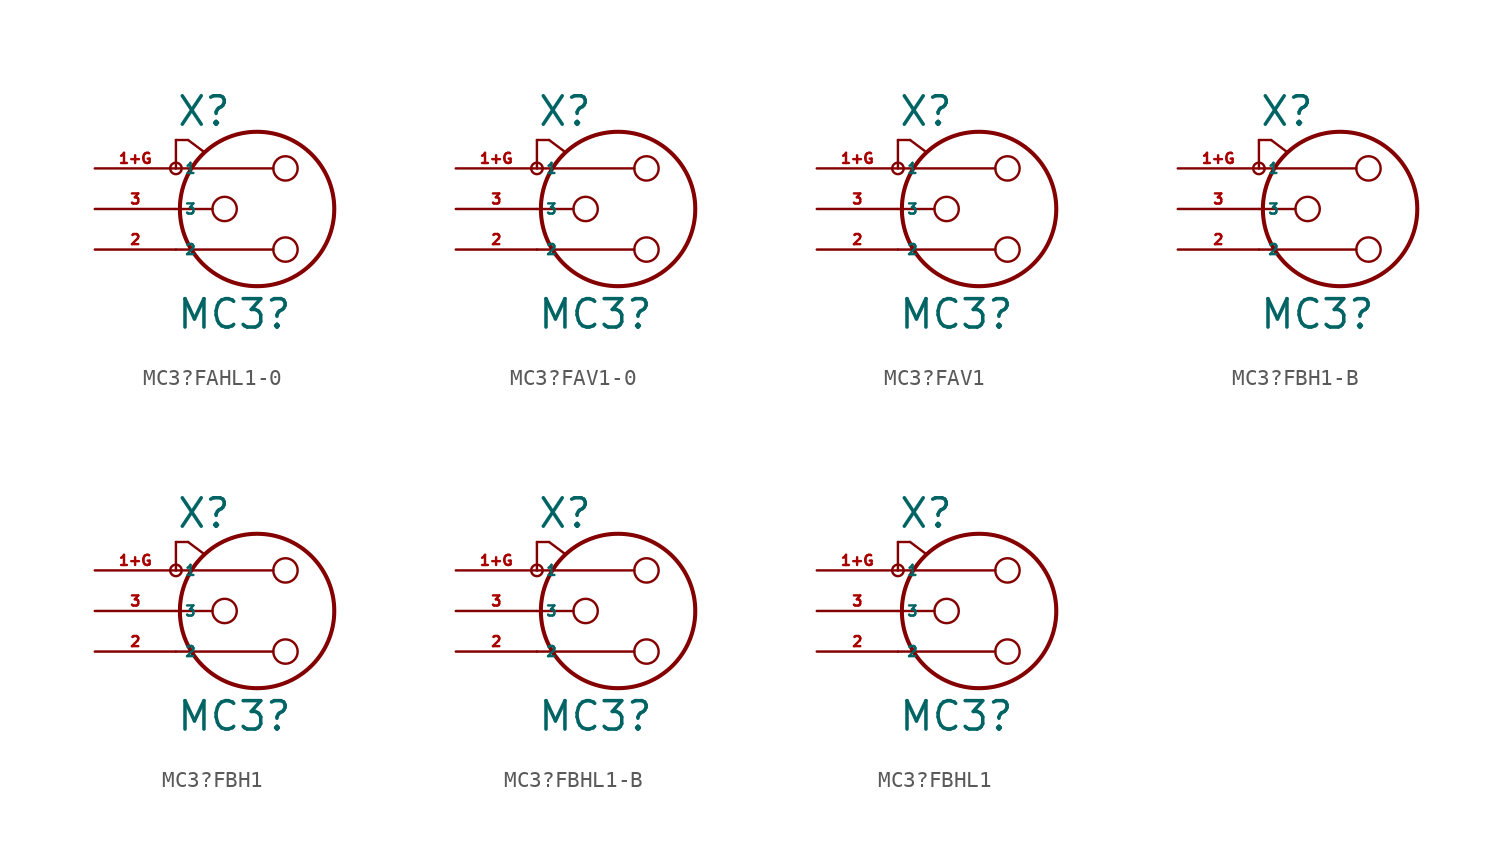
<source format=kicad_sym>
(kicad_symbol_lib
  (version 20220914)
  (generator Eagle2Kicad)
  (symbol "MC3?FAHL1-0"
    (property "Reference" "X"
      (at -5.08 5.08 0)
      (effects (font (size 1.778 1.778) (thickness 0.22)) (justify left bottom)))
    (property "Value" "MC3?"
      (at -5.08 -7.62 0)
      (effects (font (size 1.778 1.778) (thickness 0.22)) (justify left bottom)))
    (polyline
      (pts (xy -5.08 2.54) (xy 1.016 2.54))
      (stroke (width 0.152) (type default))
      (fill (type none)))
    (polyline
      (pts (xy -5.08 -2.54) (xy 1.016 -2.54))
      (stroke (width 0.152) (type default))
      (fill (type none)))
    (polyline
      (pts (xy -5.08 0) (xy -2.794 0))
      (stroke (width 0.152) (type default))
      (fill (type none)))
    (polyline
      (pts (xy -4.318 4.318) (xy -3.302 3.556))
      (stroke (width 0.152) (type default))
      (fill (type none)))
    (polyline
      (pts (xy -4.318 4.318) (xy -5.08 4.318))
      (stroke (width 0.152) (type default))
      (fill (type none)))
    (polyline
      (pts (xy -5.08 4.318) (xy -5.08 2.54))
      (stroke (width 0.152) (type default))
      (fill (type none)))
    (circle
      (center 0 0)
      (radius 4.833)
      (stroke (width 0.254) (type default))
      (fill (type none)))
    (circle
      (center -2.032 0)
      (radius 0.762)
      (stroke (width 0.152) (type default))
      (fill (type none)))
    (circle
      (center 1.778 2.54)
      (radius 0.762)
      (stroke (width 0.152) (type default))
      (fill (type none)))
    (circle
      (center 1.778 -2.54)
      (radius 0.762)
      (stroke (width 0.152) (type default))
      (fill (type none)))
    (circle
      (center -5.08 2.54)
      (radius 0.359)
      (stroke (width 0) (type default))
      (fill (type none)))
    (pin passive line
      (at -10.16 2.54 0)
      (length 5.08)
      (name "1" (effects (font (size 0.635 0.635) (thickness 0.08)) (justify left bottom)))
      (number "1+G" (effects (font (size 0.635 0.635) (thickness 0.08)) (justify left bottom))))
    (pin passive line
      (at -10.16 -2.54 0)
      (length 5.08)
      (name "2" (effects (font (size 0.635 0.635) (thickness 0.08)) (justify left bottom)))
      (number "2" (effects (font (size 0.635 0.635) (thickness 0.08)) (justify left bottom))))
    (pin passive line
      (at -10.16 0 0)
      (length 5.08)
      (name "3" (effects (font (size 0.635 0.635) (thickness 0.08)) (justify left bottom)))
      (number "3" (effects (font (size 0.635 0.635) (thickness 0.08)) (justify left bottom)))))
  (symbol "MC3?FAV1-0"
    (property "Reference" "X"
      (at -5.08 5.08 0)
      (effects (font (size 1.778 1.778) (thickness 0.22)) (justify left bottom)))
    (property "Value" "MC3?"
      (at -5.08 -7.62 0)
      (effects (font (size 1.778 1.778) (thickness 0.22)) (justify left bottom)))
    (polyline
      (pts (xy -5.08 2.54) (xy 1.016 2.54))
      (stroke (width 0.152) (type default))
      (fill (type none)))
    (polyline
      (pts (xy -5.08 -2.54) (xy 1.016 -2.54))
      (stroke (width 0.152) (type default))
      (fill (type none)))
    (polyline
      (pts (xy -5.08 0) (xy -2.794 0))
      (stroke (width 0.152) (type default))
      (fill (type none)))
    (polyline
      (pts (xy -4.318 4.318) (xy -3.302 3.556))
      (stroke (width 0.152) (type default))
      (fill (type none)))
    (polyline
      (pts (xy -4.318 4.318) (xy -5.08 4.318))
      (stroke (width 0.152) (type default))
      (fill (type none)))
    (polyline
      (pts (xy -5.08 4.318) (xy -5.08 2.54))
      (stroke (width 0.152) (type default))
      (fill (type none)))
    (circle
      (center 0 0)
      (radius 4.833)
      (stroke (width 0.254) (type default))
      (fill (type none)))
    (circle
      (center -2.032 0)
      (radius 0.762)
      (stroke (width 0.152) (type default))
      (fill (type none)))
    (circle
      (center 1.778 2.54)
      (radius 0.762)
      (stroke (width 0.152) (type default))
      (fill (type none)))
    (circle
      (center 1.778 -2.54)
      (radius 0.762)
      (stroke (width 0.152) (type default))
      (fill (type none)))
    (circle
      (center -5.08 2.54)
      (radius 0.359)
      (stroke (width 0) (type default))
      (fill (type none)))
    (pin passive line
      (at -10.16 2.54 0)
      (length 5.08)
      (name "1" (effects (font (size 0.635 0.635) (thickness 0.08)) (justify left bottom)))
      (number "1+G" (effects (font (size 0.635 0.635) (thickness 0.08)) (justify left bottom))))
    (pin passive line
      (at -10.16 -2.54 0)
      (length 5.08)
      (name "2" (effects (font (size 0.635 0.635) (thickness 0.08)) (justify left bottom)))
      (number "2" (effects (font (size 0.635 0.635) (thickness 0.08)) (justify left bottom))))
    (pin passive line
      (at -10.16 0 0)
      (length 5.08)
      (name "3" (effects (font (size 0.635 0.635) (thickness 0.08)) (justify left bottom)))
      (number "3" (effects (font (size 0.635 0.635) (thickness 0.08)) (justify left bottom)))))
  (symbol "MC3?FAV1"
    (property "Reference" "X"
      (at -5.08 5.08 0)
      (effects (font (size 1.778 1.778) (thickness 0.22)) (justify left bottom)))
    (property "Value" "MC3?"
      (at -5.08 -7.62 0)
      (effects (font (size 1.778 1.778) (thickness 0.22)) (justify left bottom)))
    (polyline
      (pts (xy -5.08 2.54) (xy 1.016 2.54))
      (stroke (width 0.152) (type default))
      (fill (type none)))
    (polyline
      (pts (xy -5.08 -2.54) (xy 1.016 -2.54))
      (stroke (width 0.152) (type default))
      (fill (type none)))
    (polyline
      (pts (xy -5.08 0) (xy -2.794 0))
      (stroke (width 0.152) (type default))
      (fill (type none)))
    (polyline
      (pts (xy -4.318 4.318) (xy -3.302 3.556))
      (stroke (width 0.152) (type default))
      (fill (type none)))
    (polyline
      (pts (xy -4.318 4.318) (xy -5.08 4.318))
      (stroke (width 0.152) (type default))
      (fill (type none)))
    (polyline
      (pts (xy -5.08 4.318) (xy -5.08 2.54))
      (stroke (width 0.152) (type default))
      (fill (type none)))
    (circle
      (center 0 0)
      (radius 4.833)
      (stroke (width 0.254) (type default))
      (fill (type none)))
    (circle
      (center -2.032 0)
      (radius 0.762)
      (stroke (width 0.152) (type default))
      (fill (type none)))
    (circle
      (center 1.778 2.54)
      (radius 0.762)
      (stroke (width 0.152) (type default))
      (fill (type none)))
    (circle
      (center 1.778 -2.54)
      (radius 0.762)
      (stroke (width 0.152) (type default))
      (fill (type none)))
    (circle
      (center -5.08 2.54)
      (radius 0.359)
      (stroke (width 0) (type default))
      (fill (type none)))
    (pin passive line
      (at -10.16 2.54 0)
      (length 5.08)
      (name "1" (effects (font (size 0.635 0.635) (thickness 0.08)) (justify left bottom)))
      (number "1+G" (effects (font (size 0.635 0.635) (thickness 0.08)) (justify left bottom))))
    (pin passive line
      (at -10.16 -2.54 0)
      (length 5.08)
      (name "2" (effects (font (size 0.635 0.635) (thickness 0.08)) (justify left bottom)))
      (number "2" (effects (font (size 0.635 0.635) (thickness 0.08)) (justify left bottom))))
    (pin passive line
      (at -10.16 0 0)
      (length 5.08)
      (name "3" (effects (font (size 0.635 0.635) (thickness 0.08)) (justify left bottom)))
      (number "3" (effects (font (size 0.635 0.635) (thickness 0.08)) (justify left bottom)))))
  (symbol "MC3?FBH1-B"
    (property "Reference" "X"
      (at -5.08 5.08 0)
      (effects (font (size 1.778 1.778) (thickness 0.22)) (justify left bottom)))
    (property "Value" "MC3?"
      (at -5.08 -7.62 0)
      (effects (font (size 1.778 1.778) (thickness 0.22)) (justify left bottom)))
    (polyline
      (pts (xy -5.08 2.54) (xy 1.016 2.54))
      (stroke (width 0.152) (type default))
      (fill (type none)))
    (polyline
      (pts (xy -5.08 -2.54) (xy 1.016 -2.54))
      (stroke (width 0.152) (type default))
      (fill (type none)))
    (polyline
      (pts (xy -5.08 0) (xy -2.794 0))
      (stroke (width 0.152) (type default))
      (fill (type none)))
    (polyline
      (pts (xy -4.318 4.318) (xy -3.302 3.556))
      (stroke (width 0.152) (type default))
      (fill (type none)))
    (polyline
      (pts (xy -4.318 4.318) (xy -5.08 4.318))
      (stroke (width 0.152) (type default))
      (fill (type none)))
    (polyline
      (pts (xy -5.08 4.318) (xy -5.08 2.54))
      (stroke (width 0.152) (type default))
      (fill (type none)))
    (circle
      (center 0 0)
      (radius 4.833)
      (stroke (width 0.254) (type default))
      (fill (type none)))
    (circle
      (center -2.032 0)
      (radius 0.762)
      (stroke (width 0.152) (type default))
      (fill (type none)))
    (circle
      (center 1.778 2.54)
      (radius 0.762)
      (stroke (width 0.152) (type default))
      (fill (type none)))
    (circle
      (center 1.778 -2.54)
      (radius 0.762)
      (stroke (width 0.152) (type default))
      (fill (type none)))
    (circle
      (center -5.08 2.54)
      (radius 0.359)
      (stroke (width 0) (type default))
      (fill (type none)))
    (pin passive line
      (at -10.16 2.54 0)
      (length 5.08)
      (name "1" (effects (font (size 0.635 0.635) (thickness 0.08)) (justify left bottom)))
      (number "1+G" (effects (font (size 0.635 0.635) (thickness 0.08)) (justify left bottom))))
    (pin passive line
      (at -10.16 -2.54 0)
      (length 5.08)
      (name "2" (effects (font (size 0.635 0.635) (thickness 0.08)) (justify left bottom)))
      (number "2" (effects (font (size 0.635 0.635) (thickness 0.08)) (justify left bottom))))
    (pin passive line
      (at -10.16 0 0)
      (length 5.08)
      (name "3" (effects (font (size 0.635 0.635) (thickness 0.08)) (justify left bottom)))
      (number "3" (effects (font (size 0.635 0.635) (thickness 0.08)) (justify left bottom)))))
  (symbol "MC3?FBH1"
    (property "Reference" "X"
      (at -5.08 5.08 0)
      (effects (font (size 1.778 1.778) (thickness 0.22)) (justify left bottom)))
    (property "Value" "MC3?"
      (at -5.08 -7.62 0)
      (effects (font (size 1.778 1.778) (thickness 0.22)) (justify left bottom)))
    (polyline
      (pts (xy -5.08 2.54) (xy 1.016 2.54))
      (stroke (width 0.152) (type default))
      (fill (type none)))
    (polyline
      (pts (xy -5.08 -2.54) (xy 1.016 -2.54))
      (stroke (width 0.152) (type default))
      (fill (type none)))
    (polyline
      (pts (xy -5.08 0) (xy -2.794 0))
      (stroke (width 0.152) (type default))
      (fill (type none)))
    (polyline
      (pts (xy -4.318 4.318) (xy -3.302 3.556))
      (stroke (width 0.152) (type default))
      (fill (type none)))
    (polyline
      (pts (xy -4.318 4.318) (xy -5.08 4.318))
      (stroke (width 0.152) (type default))
      (fill (type none)))
    (polyline
      (pts (xy -5.08 4.318) (xy -5.08 2.54))
      (stroke (width 0.152) (type default))
      (fill (type none)))
    (circle
      (center 0 0)
      (radius 4.833)
      (stroke (width 0.254) (type default))
      (fill (type none)))
    (circle
      (center -2.032 0)
      (radius 0.762)
      (stroke (width 0.152) (type default))
      (fill (type none)))
    (circle
      (center 1.778 2.54)
      (radius 0.762)
      (stroke (width 0.152) (type default))
      (fill (type none)))
    (circle
      (center 1.778 -2.54)
      (radius 0.762)
      (stroke (width 0.152) (type default))
      (fill (type none)))
    (circle
      (center -5.08 2.54)
      (radius 0.359)
      (stroke (width 0) (type default))
      (fill (type none)))
    (pin passive line
      (at -10.16 2.54 0)
      (length 5.08)
      (name "1" (effects (font (size 0.635 0.635) (thickness 0.08)) (justify left bottom)))
      (number "1+G" (effects (font (size 0.635 0.635) (thickness 0.08)) (justify left bottom))))
    (pin passive line
      (at -10.16 -2.54 0)
      (length 5.08)
      (name "2" (effects (font (size 0.635 0.635) (thickness 0.08)) (justify left bottom)))
      (number "2" (effects (font (size 0.635 0.635) (thickness 0.08)) (justify left bottom))))
    (pin passive line
      (at -10.16 0 0)
      (length 5.08)
      (name "3" (effects (font (size 0.635 0.635) (thickness 0.08)) (justify left bottom)))
      (number "3" (effects (font (size 0.635 0.635) (thickness 0.08)) (justify left bottom)))))
  (symbol "MC3?FBHL1-B"
    (property "Reference" "X"
      (at -5.08 5.08 0)
      (effects (font (size 1.778 1.778) (thickness 0.22)) (justify left bottom)))
    (property "Value" "MC3?"
      (at -5.08 -7.62 0)
      (effects (font (size 1.778 1.778) (thickness 0.22)) (justify left bottom)))
    (polyline
      (pts (xy -5.08 2.54) (xy 1.016 2.54))
      (stroke (width 0.152) (type default))
      (fill (type none)))
    (polyline
      (pts (xy -5.08 -2.54) (xy 1.016 -2.54))
      (stroke (width 0.152) (type default))
      (fill (type none)))
    (polyline
      (pts (xy -5.08 0) (xy -2.794 0))
      (stroke (width 0.152) (type default))
      (fill (type none)))
    (polyline
      (pts (xy -4.318 4.318) (xy -3.302 3.556))
      (stroke (width 0.152) (type default))
      (fill (type none)))
    (polyline
      (pts (xy -4.318 4.318) (xy -5.08 4.318))
      (stroke (width 0.152) (type default))
      (fill (type none)))
    (polyline
      (pts (xy -5.08 4.318) (xy -5.08 2.54))
      (stroke (width 0.152) (type default))
      (fill (type none)))
    (circle
      (center 0 0)
      (radius 4.833)
      (stroke (width 0.254) (type default))
      (fill (type none)))
    (circle
      (center -2.032 0)
      (radius 0.762)
      (stroke (width 0.152) (type default))
      (fill (type none)))
    (circle
      (center 1.778 2.54)
      (radius 0.762)
      (stroke (width 0.152) (type default))
      (fill (type none)))
    (circle
      (center 1.778 -2.54)
      (radius 0.762)
      (stroke (width 0.152) (type default))
      (fill (type none)))
    (circle
      (center -5.08 2.54)
      (radius 0.359)
      (stroke (width 0) (type default))
      (fill (type none)))
    (pin passive line
      (at -10.16 2.54 0)
      (length 5.08)
      (name "1" (effects (font (size 0.635 0.635) (thickness 0.08)) (justify left bottom)))
      (number "1+G" (effects (font (size 0.635 0.635) (thickness 0.08)) (justify left bottom))))
    (pin passive line
      (at -10.16 -2.54 0)
      (length 5.08)
      (name "2" (effects (font (size 0.635 0.635) (thickness 0.08)) (justify left bottom)))
      (number "2" (effects (font (size 0.635 0.635) (thickness 0.08)) (justify left bottom))))
    (pin passive line
      (at -10.16 0 0)
      (length 5.08)
      (name "3" (effects (font (size 0.635 0.635) (thickness 0.08)) (justify left bottom)))
      (number "3" (effects (font (size 0.635 0.635) (thickness 0.08)) (justify left bottom)))))
  (symbol "MC3?FBHL1"
    (property "Reference" "X"
      (at -5.08 5.08 0)
      (effects (font (size 1.778 1.778) (thickness 0.22)) (justify left bottom)))
    (property "Value" "MC3?"
      (at -5.08 -7.62 0)
      (effects (font (size 1.778 1.778) (thickness 0.22)) (justify left bottom)))
    (polyline
      (pts (xy -5.08 2.54) (xy 1.016 2.54))
      (stroke (width 0.152) (type default))
      (fill (type none)))
    (polyline
      (pts (xy -5.08 -2.54) (xy 1.016 -2.54))
      (stroke (width 0.152) (type default))
      (fill (type none)))
    (polyline
      (pts (xy -5.08 0) (xy -2.794 0))
      (stroke (width 0.152) (type default))
      (fill (type none)))
    (polyline
      (pts (xy -4.318 4.318) (xy -3.302 3.556))
      (stroke (width 0.152) (type default))
      (fill (type none)))
    (polyline
      (pts (xy -4.318 4.318) (xy -5.08 4.318))
      (stroke (width 0.152) (type default))
      (fill (type none)))
    (polyline
      (pts (xy -5.08 4.318) (xy -5.08 2.54))
      (stroke (width 0.152) (type default))
      (fill (type none)))
    (circle
      (center 0 0)
      (radius 4.833)
      (stroke (width 0.254) (type default))
      (fill (type none)))
    (circle
      (center -2.032 0)
      (radius 0.762)
      (stroke (width 0.152) (type default))
      (fill (type none)))
    (circle
      (center 1.778 2.54)
      (radius 0.762)
      (stroke (width 0.152) (type default))
      (fill (type none)))
    (circle
      (center 1.778 -2.54)
      (radius 0.762)
      (stroke (width 0.152) (type default))
      (fill (type none)))
    (circle
      (center -5.08 2.54)
      (radius 0.359)
      (stroke (width 0) (type default))
      (fill (type none)))
    (pin passive line
      (at -10.16 2.54 0)
      (length 5.08)
      (name "1" (effects (font (size 0.635 0.635) (thickness 0.08)) (justify left bottom)))
      (number "1+G" (effects (font (size 0.635 0.635) (thickness 0.08)) (justify left bottom))))
    (pin passive line
      (at -10.16 -2.54 0)
      (length 5.08)
      (name "2" (effects (font (size 0.635 0.635) (thickness 0.08)) (justify left bottom)))
      (number "2" (effects (font (size 0.635 0.635) (thickness 0.08)) (justify left bottom))))
    (pin passive line
      (at -10.16 0 0)
      (length 5.08)
      (name "3" (effects (font (size 0.635 0.635) (thickness 0.08)) (justify left bottom)))
      (number "3" (effects (font (size 0.635 0.635) (thickness 0.08)) (justify left bottom))))))
</source>
